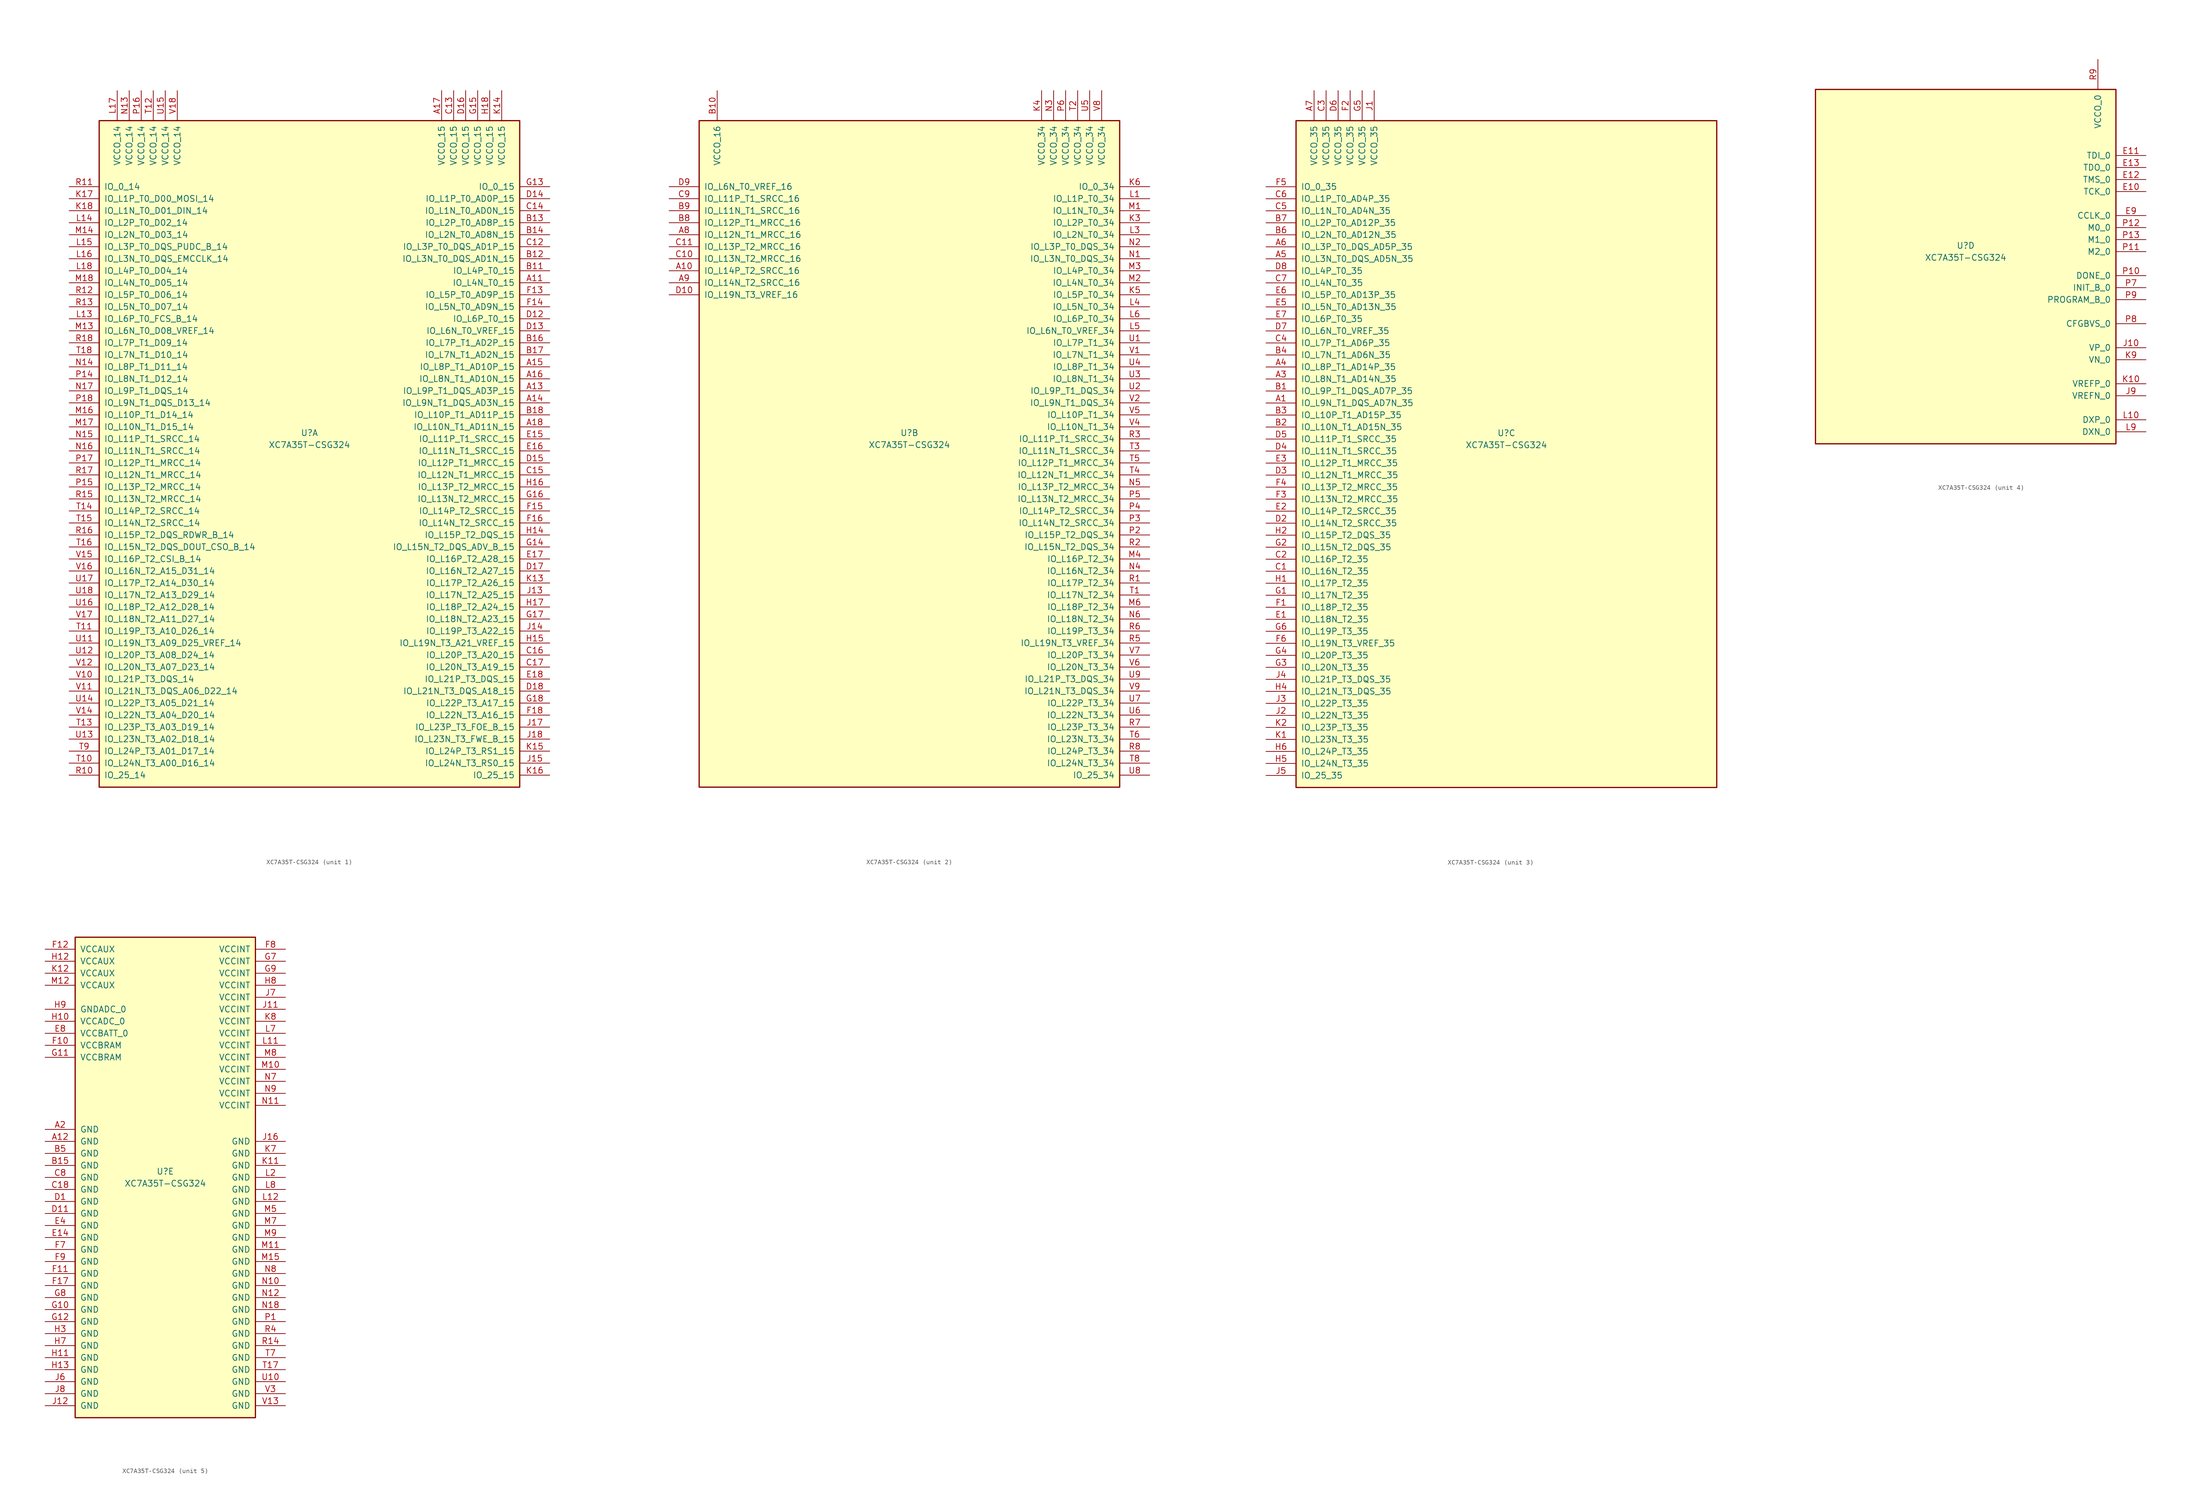
<source format=kicad_sym>
(kicad_symbol_lib
  (version 20201005)
  (generator kicad_symbol_editor)
  (symbol "XC7A35T-CSG324"
    (pin_names
      (offset 1.016))
    (property "Reference" "U"
      (at 0 1.27 0)
      (effects (font (size 1.27 1.27))))
    (property "Value" "XC7A35T-CSG324"
      (at 0 -1.27 0)
      (effects (font (size 1.27 1.27))))
    (property "Datasheet" ""
      (at 0 0 0)
      (effects (font (size 1.27 1.27))))
    (property "ki_locked" ""
      (at 0 0 0)
      (effects (font (size 1.27 1.27))))
    (symbol "XC7A35T-CSG324_1_1"
      (rectangle (start -44.45 67.31) (end 44.45 -73.66) (stroke (width 0.254)) (fill (type background)))
      (pin bidirectional line (at 50.8 33.02 180) (length 6.35) (name "IO_L4N_T0_15" (effects (font (size 1.27 1.27)))) (number "A11" (effects (font (size 1.27 1.27)))))
      (pin bidirectional line (at 50.8 10.16 180) (length 6.35) (name "IO_L9P_T1_DQS_AD3P_15" (effects (font (size 1.27 1.27)))) (number "A13" (effects (font (size 1.27 1.27)))))
      (pin bidirectional line (at 50.8 7.62 180) (length 6.35) (name "IO_L9N_T1_DQS_AD3N_15" (effects (font (size 1.27 1.27)))) (number "A14" (effects (font (size 1.27 1.27)))))
      (pin bidirectional line (at 50.8 15.24 180) (length 6.35) (name "IO_L8P_T1_AD10P_15" (effects (font (size 1.27 1.27)))) (number "A15" (effects (font (size 1.27 1.27)))))
      (pin bidirectional line (at 50.8 12.7 180) (length 6.35) (name "IO_L8N_T1_AD10N_15" (effects (font (size 1.27 1.27)))) (number "A16" (effects (font (size 1.27 1.27)))))
      (pin power_in line (at 27.94 73.66 270) (length 6.35) (name "VCCO_15" (effects (font (size 1.27 1.27)))) (number "A17" (effects (font (size 1.27 1.27)))))
      (pin bidirectional line (at 50.8 2.54 180) (length 6.35) (name "IO_L10N_T1_AD11N_15" (effects (font (size 1.27 1.27)))) (number "A18" (effects (font (size 1.27 1.27)))))
      (pin bidirectional line (at 50.8 35.56 180) (length 6.35) (name "IO_L4P_T0_15" (effects (font (size 1.27 1.27)))) (number "B11" (effects (font (size 1.27 1.27)))))
      (pin bidirectional line (at 50.8 38.1 180) (length 6.35) (name "IO_L3N_T0_DQS_AD1N_15" (effects (font (size 1.27 1.27)))) (number "B12" (effects (font (size 1.27 1.27)))))
      (pin bidirectional line (at 50.8 45.72 180) (length 6.35) (name "IO_L2P_T0_AD8P_15" (effects (font (size 1.27 1.27)))) (number "B13" (effects (font (size 1.27 1.27)))))
      (pin bidirectional line (at 50.8 43.18 180) (length 6.35) (name "IO_L2N_T0_AD8N_15" (effects (font (size 1.27 1.27)))) (number "B14" (effects (font (size 1.27 1.27)))))
      (pin bidirectional line (at 50.8 20.32 180) (length 6.35) (name "IO_L7P_T1_AD2P_15" (effects (font (size 1.27 1.27)))) (number "B16" (effects (font (size 1.27 1.27)))))
      (pin bidirectional line (at 50.8 17.78 180) (length 6.35) (name "IO_L7N_T1_AD2N_15" (effects (font (size 1.27 1.27)))) (number "B17" (effects (font (size 1.27 1.27)))))
      (pin bidirectional line (at 50.8 5.08 180) (length 6.35) (name "IO_L10P_T1_AD11P_15" (effects (font (size 1.27 1.27)))) (number "B18" (effects (font (size 1.27 1.27)))))
      (pin bidirectional line (at 50.8 40.64 180) (length 6.35) (name "IO_L3P_T0_DQS_AD1P_15" (effects (font (size 1.27 1.27)))) (number "C12" (effects (font (size 1.27 1.27)))))
      (pin power_in line (at 30.48 73.66 270) (length 6.35) (name "VCCO_15" (effects (font (size 1.27 1.27)))) (number "C13" (effects (font (size 1.27 1.27)))))
      (pin bidirectional line (at 50.8 48.26 180) (length 6.35) (name "IO_L1N_T0_AD0N_15" (effects (font (size 1.27 1.27)))) (number "C14" (effects (font (size 1.27 1.27)))))
      (pin bidirectional line (at 50.8 -7.62 180) (length 6.35) (name "IO_L12N_T1_MRCC_15" (effects (font (size 1.27 1.27)))) (number "C15" (effects (font (size 1.27 1.27)))))
      (pin bidirectional line (at 50.8 -45.72 180) (length 6.35) (name "IO_L20P_T3_A20_15" (effects (font (size 1.27 1.27)))) (number "C16" (effects (font (size 1.27 1.27)))))
      (pin bidirectional line (at 50.8 -48.26 180) (length 6.35) (name "IO_L20N_T3_A19_15" (effects (font (size 1.27 1.27)))) (number "C17" (effects (font (size 1.27 1.27)))))
      (pin bidirectional line (at 50.8 25.4 180) (length 6.35) (name "IO_L6P_T0_15" (effects (font (size 1.27 1.27)))) (number "D12" (effects (font (size 1.27 1.27)))))
      (pin bidirectional line (at 50.8 22.86 180) (length 6.35) (name "IO_L6N_T0_VREF_15" (effects (font (size 1.27 1.27)))) (number "D13" (effects (font (size 1.27 1.27)))))
      (pin bidirectional line (at 50.8 50.8 180) (length 6.35) (name "IO_L1P_T0_AD0P_15" (effects (font (size 1.27 1.27)))) (number "D14" (effects (font (size 1.27 1.27)))))
      (pin bidirectional line (at 50.8 -5.08 180) (length 6.35) (name "IO_L12P_T1_MRCC_15" (effects (font (size 1.27 1.27)))) (number "D15" (effects (font (size 1.27 1.27)))))
      (pin power_in line (at 33.02 73.66 270) (length 6.35) (name "VCCO_15" (effects (font (size 1.27 1.27)))) (number "D16" (effects (font (size 1.27 1.27)))))
      (pin bidirectional line (at 50.8 -27.94 180) (length 6.35) (name "IO_L16N_T2_A27_15" (effects (font (size 1.27 1.27)))) (number "D17" (effects (font (size 1.27 1.27)))))
      (pin bidirectional line (at 50.8 -53.34 180) (length 6.35) (name "IO_L21N_T3_DQS_A18_15" (effects (font (size 1.27 1.27)))) (number "D18" (effects (font (size 1.27 1.27)))))
      (pin bidirectional line (at 50.8 0 180) (length 6.35) (name "IO_L11P_T1_SRCC_15" (effects (font (size 1.27 1.27)))) (number "E15" (effects (font (size 1.27 1.27)))))
      (pin bidirectional line (at 50.8 -2.54 180) (length 6.35) (name "IO_L11N_T1_SRCC_15" (effects (font (size 1.27 1.27)))) (number "E16" (effects (font (size 1.27 1.27)))))
      (pin bidirectional line (at 50.8 -25.4 180) (length 6.35) (name "IO_L16P_T2_A28_15" (effects (font (size 1.27 1.27)))) (number "E17" (effects (font (size 1.27 1.27)))))
      (pin bidirectional line (at 50.8 -50.8 180) (length 6.35) (name "IO_L21P_T3_DQS_15" (effects (font (size 1.27 1.27)))) (number "E18" (effects (font (size 1.27 1.27)))))
      (pin bidirectional line (at 50.8 30.48 180) (length 6.35) (name "IO_L5P_T0_AD9P_15" (effects (font (size 1.27 1.27)))) (number "F13" (effects (font (size 1.27 1.27)))))
      (pin bidirectional line (at 50.8 27.94 180) (length 6.35) (name "IO_L5N_T0_AD9N_15" (effects (font (size 1.27 1.27)))) (number "F14" (effects (font (size 1.27 1.27)))))
      (pin bidirectional line (at 50.8 -15.24 180) (length 6.35) (name "IO_L14P_T2_SRCC_15" (effects (font (size 1.27 1.27)))) (number "F15" (effects (font (size 1.27 1.27)))))
      (pin bidirectional line (at 50.8 -17.78 180) (length 6.35) (name "IO_L14N_T2_SRCC_15" (effects (font (size 1.27 1.27)))) (number "F16" (effects (font (size 1.27 1.27)))))
      (pin bidirectional line (at 50.8 -58.42 180) (length 6.35) (name "IO_L22N_T3_A16_15" (effects (font (size 1.27 1.27)))) (number "F18" (effects (font (size 1.27 1.27)))))
      (pin bidirectional line (at 50.8 53.34 180) (length 6.35) (name "IO_0_15" (effects (font (size 1.27 1.27)))) (number "G13" (effects (font (size 1.27 1.27)))))
      (pin bidirectional line (at 50.8 -22.86 180) (length 6.35) (name "IO_L15N_T2_DQS_ADV_B_15" (effects (font (size 1.27 1.27)))) (number "G14" (effects (font (size 1.27 1.27)))))
      (pin power_in line (at 35.56 73.66 270) (length 6.35) (name "VCCO_15" (effects (font (size 1.27 1.27)))) (number "G15" (effects (font (size 1.27 1.27)))))
      (pin bidirectional line (at 50.8 -12.7 180) (length 6.35) (name "IO_L13N_T2_MRCC_15" (effects (font (size 1.27 1.27)))) (number "G16" (effects (font (size 1.27 1.27)))))
      (pin bidirectional line (at 50.8 -38.1 180) (length 6.35) (name "IO_L18N_T2_A23_15" (effects (font (size 1.27 1.27)))) (number "G17" (effects (font (size 1.27 1.27)))))
      (pin bidirectional line (at 50.8 -55.88 180) (length 6.35) (name "IO_L22P_T3_A17_15" (effects (font (size 1.27 1.27)))) (number "G18" (effects (font (size 1.27 1.27)))))
      (pin bidirectional line (at 50.8 -20.32 180) (length 6.35) (name "IO_L15P_T2_DQS_15" (effects (font (size 1.27 1.27)))) (number "H14" (effects (font (size 1.27 1.27)))))
      (pin bidirectional line (at 50.8 -43.18 180) (length 6.35) (name "IO_L19N_T3_A21_VREF_15" (effects (font (size 1.27 1.27)))) (number "H15" (effects (font (size 1.27 1.27)))))
      (pin bidirectional line (at 50.8 -10.16 180) (length 6.35) (name "IO_L13P_T2_MRCC_15" (effects (font (size 1.27 1.27)))) (number "H16" (effects (font (size 1.27 1.27)))))
      (pin bidirectional line (at 50.8 -35.56 180) (length 6.35) (name "IO_L18P_T2_A24_15" (effects (font (size 1.27 1.27)))) (number "H17" (effects (font (size 1.27 1.27)))))
      (pin power_in line (at 38.1 73.66 270) (length 6.35) (name "VCCO_15" (effects (font (size 1.27 1.27)))) (number "H18" (effects (font (size 1.27 1.27)))))
      (pin bidirectional line (at 50.8 -33.02 180) (length 6.35) (name "IO_L17N_T2_A25_15" (effects (font (size 1.27 1.27)))) (number "J13" (effects (font (size 1.27 1.27)))))
      (pin bidirectional line (at 50.8 -40.64 180) (length 6.35) (name "IO_L19P_T3_A22_15" (effects (font (size 1.27 1.27)))) (number "J14" (effects (font (size 1.27 1.27)))))
      (pin bidirectional line (at 50.8 -68.58 180) (length 6.35) (name "IO_L24N_T3_RS0_15" (effects (font (size 1.27 1.27)))) (number "J15" (effects (font (size 1.27 1.27)))))
      (pin bidirectional line (at 50.8 -60.96 180) (length 6.35) (name "IO_L23P_T3_FOE_B_15" (effects (font (size 1.27 1.27)))) (number "J17" (effects (font (size 1.27 1.27)))))
      (pin bidirectional line (at 50.8 -63.5 180) (length 6.35) (name "IO_L23N_T3_FWE_B_15" (effects (font (size 1.27 1.27)))) (number "J18" (effects (font (size 1.27 1.27)))))
      (pin bidirectional line (at 50.8 -30.48 180) (length 6.35) (name "IO_L17P_T2_A26_15" (effects (font (size 1.27 1.27)))) (number "K13" (effects (font (size 1.27 1.27)))))
      (pin power_in line (at 40.64 73.66 270) (length 6.35) (name "VCCO_15" (effects (font (size 1.27 1.27)))) (number "K14" (effects (font (size 1.27 1.27)))))
      (pin bidirectional line (at 50.8 -66.04 180) (length 6.35) (name "IO_L24P_T3_RS1_15" (effects (font (size 1.27 1.27)))) (number "K15" (effects (font (size 1.27 1.27)))))
      (pin bidirectional line (at 50.8 -71.12 180) (length 6.35) (name "IO_25_15" (effects (font (size 1.27 1.27)))) (number "K16" (effects (font (size 1.27 1.27)))))
      (pin bidirectional line (at -50.8 50.8 0) (length 6.35) (name "IO_L1P_T0_D00_MOSI_14" (effects (font (size 1.27 1.27)))) (number "K17" (effects (font (size 1.27 1.27)))))
      (pin bidirectional line (at -50.8 48.26 0) (length 6.35) (name "IO_L1N_T0_D01_DIN_14" (effects (font (size 1.27 1.27)))) (number "K18" (effects (font (size 1.27 1.27)))))
      (pin bidirectional line (at -50.8 25.4 0) (length 6.35) (name "IO_L6P_T0_FCS_B_14" (effects (font (size 1.27 1.27)))) (number "L13" (effects (font (size 1.27 1.27)))))
      (pin bidirectional line (at -50.8 45.72 0) (length 6.35) (name "IO_L2P_T0_D02_14" (effects (font (size 1.27 1.27)))) (number "L14" (effects (font (size 1.27 1.27)))))
      (pin bidirectional line (at -50.8 40.64 0) (length 6.35) (name "IO_L3P_T0_DQS_PUDC_B_14" (effects (font (size 1.27 1.27)))) (number "L15" (effects (font (size 1.27 1.27)))))
      (pin bidirectional line (at -50.8 38.1 0) (length 6.35) (name "IO_L3N_T0_DQS_EMCCLK_14" (effects (font (size 1.27 1.27)))) (number "L16" (effects (font (size 1.27 1.27)))))
      (pin power_in line (at -40.64 73.66 270) (length 6.35) (name "VCCO_14" (effects (font (size 1.27 1.27)))) (number "L17" (effects (font (size 1.27 1.27)))))
      (pin bidirectional line (at -50.8 35.56 0) (length 6.35) (name "IO_L4P_T0_D04_14" (effects (font (size 1.27 1.27)))) (number "L18" (effects (font (size 1.27 1.27)))))
      (pin bidirectional line (at -50.8 22.86 0) (length 6.35) (name "IO_L6N_T0_D08_VREF_14" (effects (font (size 1.27 1.27)))) (number "M13" (effects (font (size 1.27 1.27)))))
      (pin bidirectional line (at -50.8 43.18 0) (length 6.35) (name "IO_L2N_T0_D03_14" (effects (font (size 1.27 1.27)))) (number "M14" (effects (font (size 1.27 1.27)))))
      (pin bidirectional line (at -50.8 5.08 0) (length 6.35) (name "IO_L10P_T1_D14_14" (effects (font (size 1.27 1.27)))) (number "M16" (effects (font (size 1.27 1.27)))))
      (pin bidirectional line (at -50.8 2.54 0) (length 6.35) (name "IO_L10N_T1_D15_14" (effects (font (size 1.27 1.27)))) (number "M17" (effects (font (size 1.27 1.27)))))
      (pin bidirectional line (at -50.8 33.02 0) (length 6.35) (name "IO_L4N_T0_D05_14" (effects (font (size 1.27 1.27)))) (number "M18" (effects (font (size 1.27 1.27)))))
      (pin power_in line (at -38.1 73.66 270) (length 6.35) (name "VCCO_14" (effects (font (size 1.27 1.27)))) (number "N13" (effects (font (size 1.27 1.27)))))
      (pin bidirectional line (at -50.8 15.24 0) (length 6.35) (name "IO_L8P_T1_D11_14" (effects (font (size 1.27 1.27)))) (number "N14" (effects (font (size 1.27 1.27)))))
      (pin bidirectional line (at -50.8 0 0) (length 6.35) (name "IO_L11P_T1_SRCC_14" (effects (font (size 1.27 1.27)))) (number "N15" (effects (font (size 1.27 1.27)))))
      (pin bidirectional line (at -50.8 -2.54 0) (length 6.35) (name "IO_L11N_T1_SRCC_14" (effects (font (size 1.27 1.27)))) (number "N16" (effects (font (size 1.27 1.27)))))
      (pin bidirectional line (at -50.8 10.16 0) (length 6.35) (name "IO_L9P_T1_DQS_14" (effects (font (size 1.27 1.27)))) (number "N17" (effects (font (size 1.27 1.27)))))
      (pin bidirectional line (at -50.8 12.7 0) (length 6.35) (name "IO_L8N_T1_D12_14" (effects (font (size 1.27 1.27)))) (number "P14" (effects (font (size 1.27 1.27)))))
      (pin bidirectional line (at -50.8 -10.16 0) (length 6.35) (name "IO_L13P_T2_MRCC_14" (effects (font (size 1.27 1.27)))) (number "P15" (effects (font (size 1.27 1.27)))))
      (pin power_in line (at -35.56 73.66 270) (length 6.35) (name "VCCO_14" (effects (font (size 1.27 1.27)))) (number "P16" (effects (font (size 1.27 1.27)))))
      (pin bidirectional line (at -50.8 -5.08 0) (length 6.35) (name "IO_L12P_T1_MRCC_14" (effects (font (size 1.27 1.27)))) (number "P17" (effects (font (size 1.27 1.27)))))
      (pin bidirectional line (at -50.8 7.62 0) (length 6.35) (name "IO_L9N_T1_DQS_D13_14" (effects (font (size 1.27 1.27)))) (number "P18" (effects (font (size 1.27 1.27)))))
      (pin bidirectional line (at -50.8 -71.12 0) (length 6.35) (name "IO_25_14" (effects (font (size 1.27 1.27)))) (number "R10" (effects (font (size 1.27 1.27)))))
      (pin bidirectional line (at -50.8 53.34 0) (length 6.35) (name "IO_0_14" (effects (font (size 1.27 1.27)))) (number "R11" (effects (font (size 1.27 1.27)))))
      (pin bidirectional line (at -50.8 30.48 0) (length 6.35) (name "IO_L5P_T0_D06_14" (effects (font (size 1.27 1.27)))) (number "R12" (effects (font (size 1.27 1.27)))))
      (pin bidirectional line (at -50.8 27.94 0) (length 6.35) (name "IO_L5N_T0_D07_14" (effects (font (size 1.27 1.27)))) (number "R13" (effects (font (size 1.27 1.27)))))
      (pin bidirectional line (at -50.8 -12.7 0) (length 6.35) (name "IO_L13N_T2_MRCC_14" (effects (font (size 1.27 1.27)))) (number "R15" (effects (font (size 1.27 1.27)))))
      (pin bidirectional line (at -50.8 -20.32 0) (length 6.35) (name "IO_L15P_T2_DQS_RDWR_B_14" (effects (font (size 1.27 1.27)))) (number "R16" (effects (font (size 1.27 1.27)))))
      (pin bidirectional line (at -50.8 -7.62 0) (length 6.35) (name "IO_L12N_T1_MRCC_14" (effects (font (size 1.27 1.27)))) (number "R17" (effects (font (size 1.27 1.27)))))
      (pin bidirectional line (at -50.8 20.32 0) (length 6.35) (name "IO_L7P_T1_D09_14" (effects (font (size 1.27 1.27)))) (number "R18" (effects (font (size 1.27 1.27)))))
      (pin bidirectional line (at -50.8 -68.58 0) (length 6.35) (name "IO_L24N_T3_A00_D16_14" (effects (font (size 1.27 1.27)))) (number "T10" (effects (font (size 1.27 1.27)))))
      (pin bidirectional line (at -50.8 -40.64 0) (length 6.35) (name "IO_L19P_T3_A10_D26_14" (effects (font (size 1.27 1.27)))) (number "T11" (effects (font (size 1.27 1.27)))))
      (pin power_in line (at -33.02 73.66 270) (length 6.35) (name "VCCO_14" (effects (font (size 1.27 1.27)))) (number "T12" (effects (font (size 1.27 1.27)))))
      (pin bidirectional line (at -50.8 -60.96 0) (length 6.35) (name "IO_L23P_T3_A03_D19_14" (effects (font (size 1.27 1.27)))) (number "T13" (effects (font (size 1.27 1.27)))))
      (pin bidirectional line (at -50.8 -15.24 0) (length 6.35) (name "IO_L14P_T2_SRCC_14" (effects (font (size 1.27 1.27)))) (number "T14" (effects (font (size 1.27 1.27)))))
      (pin bidirectional line (at -50.8 -17.78 0) (length 6.35) (name "IO_L14N_T2_SRCC_14" (effects (font (size 1.27 1.27)))) (number "T15" (effects (font (size 1.27 1.27)))))
      (pin bidirectional line (at -50.8 -22.86 0) (length 6.35) (name "IO_L15N_T2_DQS_DOUT_CSO_B_14" (effects (font (size 1.27 1.27)))) (number "T16" (effects (font (size 1.27 1.27)))))
      (pin bidirectional line (at -50.8 17.78 0) (length 6.35) (name "IO_L7N_T1_D10_14" (effects (font (size 1.27 1.27)))) (number "T18" (effects (font (size 1.27 1.27)))))
      (pin bidirectional line (at -50.8 -66.04 0) (length 6.35) (name "IO_L24P_T3_A01_D17_14" (effects (font (size 1.27 1.27)))) (number "T9" (effects (font (size 1.27 1.27)))))
      (pin bidirectional line (at -50.8 -43.18 0) (length 6.35) (name "IO_L19N_T3_A09_D25_VREF_14" (effects (font (size 1.27 1.27)))) (number "U11" (effects (font (size 1.27 1.27)))))
      (pin bidirectional line (at -50.8 -45.72 0) (length 6.35) (name "IO_L20P_T3_A08_D24_14" (effects (font (size 1.27 1.27)))) (number "U12" (effects (font (size 1.27 1.27)))))
      (pin bidirectional line (at -50.8 -63.5 0) (length 6.35) (name "IO_L23N_T3_A02_D18_14" (effects (font (size 1.27 1.27)))) (number "U13" (effects (font (size 1.27 1.27)))))
      (pin bidirectional line (at -50.8 -55.88 0) (length 6.35) (name "IO_L22P_T3_A05_D21_14" (effects (font (size 1.27 1.27)))) (number "U14" (effects (font (size 1.27 1.27)))))
      (pin power_in line (at -30.48 73.66 270) (length 6.35) (name "VCCO_14" (effects (font (size 1.27 1.27)))) (number "U15" (effects (font (size 1.27 1.27)))))
      (pin bidirectional line (at -50.8 -35.56 0) (length 6.35) (name "IO_L18P_T2_A12_D28_14" (effects (font (size 1.27 1.27)))) (number "U16" (effects (font (size 1.27 1.27)))))
      (pin bidirectional line (at -50.8 -30.48 0) (length 6.35) (name "IO_L17P_T2_A14_D30_14" (effects (font (size 1.27 1.27)))) (number "U17" (effects (font (size 1.27 1.27)))))
      (pin bidirectional line (at -50.8 -33.02 0) (length 6.35) (name "IO_L17N_T2_A13_D29_14" (effects (font (size 1.27 1.27)))) (number "U18" (effects (font (size 1.27 1.27)))))
      (pin bidirectional line (at -50.8 -50.8 0) (length 6.35) (name "IO_L21P_T3_DQS_14" (effects (font (size 1.27 1.27)))) (number "V10" (effects (font (size 1.27 1.27)))))
      (pin bidirectional line (at -50.8 -53.34 0) (length 6.35) (name "IO_L21N_T3_DQS_A06_D22_14" (effects (font (size 1.27 1.27)))) (number "V11" (effects (font (size 1.27 1.27)))))
      (pin bidirectional line (at -50.8 -48.26 0) (length 6.35) (name "IO_L20N_T3_A07_D23_14" (effects (font (size 1.27 1.27)))) (number "V12" (effects (font (size 1.27 1.27)))))
      (pin bidirectional line (at -50.8 -58.42 0) (length 6.35) (name "IO_L22N_T3_A04_D20_14" (effects (font (size 1.27 1.27)))) (number "V14" (effects (font (size 1.27 1.27)))))
      (pin bidirectional line (at -50.8 -25.4 0) (length 6.35) (name "IO_L16P_T2_CSI_B_14" (effects (font (size 1.27 1.27)))) (number "V15" (effects (font (size 1.27 1.27)))))
      (pin bidirectional line (at -50.8 -27.94 0) (length 6.35) (name "IO_L16N_T2_A15_D31_14" (effects (font (size 1.27 1.27)))) (number "V16" (effects (font (size 1.27 1.27)))))
      (pin bidirectional line (at -50.8 -38.1 0) (length 6.35) (name "IO_L18N_T2_A11_D27_14" (effects (font (size 1.27 1.27)))) (number "V17" (effects (font (size 1.27 1.27)))))
      (pin power_in line (at -27.94 73.66 270) (length 6.35) (name "VCCO_14" (effects (font (size 1.27 1.27)))) (number "V18" (effects (font (size 1.27 1.27))))))
    (symbol "XC7A35T-CSG324_2_1"
      (rectangle (start -44.45 67.31) (end 44.45 -73.66) (stroke (width 0.254)) (fill (type background)))
      (pin bidirectional line (at -50.8 35.56 0) (length 6.35) (name "IO_L14P_T2_SRCC_16" (effects (font (size 1.27 1.27)))) (number "A10" (effects (font (size 1.27 1.27)))))
      (pin bidirectional line (at -50.8 43.18 0) (length 6.35) (name "IO_L12N_T1_MRCC_16" (effects (font (size 1.27 1.27)))) (number "A8" (effects (font (size 1.27 1.27)))))
      (pin bidirectional line (at -50.8 33.02 0) (length 6.35) (name "IO_L14N_T2_SRCC_16" (effects (font (size 1.27 1.27)))) (number "A9" (effects (font (size 1.27 1.27)))))
      (pin power_in line (at -40.64 73.66 270) (length 6.35) (name "VCCO_16" (effects (font (size 1.27 1.27)))) (number "B10" (effects (font (size 1.27 1.27)))))
      (pin bidirectional line (at -50.8 45.72 0) (length 6.35) (name "IO_L12P_T1_MRCC_16" (effects (font (size 1.27 1.27)))) (number "B8" (effects (font (size 1.27 1.27)))))
      (pin bidirectional line (at -50.8 48.26 0) (length 6.35) (name "IO_L11N_T1_SRCC_16" (effects (font (size 1.27 1.27)))) (number "B9" (effects (font (size 1.27 1.27)))))
      (pin bidirectional line (at -50.8 38.1 0) (length 6.35) (name "IO_L13N_T2_MRCC_16" (effects (font (size 1.27 1.27)))) (number "C10" (effects (font (size 1.27 1.27)))))
      (pin bidirectional line (at -50.8 40.64 0) (length 6.35) (name "IO_L13P_T2_MRCC_16" (effects (font (size 1.27 1.27)))) (number "C11" (effects (font (size 1.27 1.27)))))
      (pin bidirectional line (at -50.8 50.8 0) (length 6.35) (name "IO_L11P_T1_SRCC_16" (effects (font (size 1.27 1.27)))) (number "C9" (effects (font (size 1.27 1.27)))))
      (pin bidirectional line (at -50.8 30.48 0) (length 6.35) (name "IO_L19N_T3_VREF_16" (effects (font (size 1.27 1.27)))) (number "D10" (effects (font (size 1.27 1.27)))))
      (pin bidirectional line (at -50.8 53.34 0) (length 6.35) (name "IO_L6N_T0_VREF_16" (effects (font (size 1.27 1.27)))) (number "D9" (effects (font (size 1.27 1.27)))))
      (pin bidirectional line (at 50.8 45.72 180) (length 6.35) (name "IO_L2P_T0_34" (effects (font (size 1.27 1.27)))) (number "K3" (effects (font (size 1.27 1.27)))))
      (pin power_in line (at 27.94 73.66 270) (length 6.35) (name "VCCO_34" (effects (font (size 1.27 1.27)))) (number "K4" (effects (font (size 1.27 1.27)))))
      (pin bidirectional line (at 50.8 30.48 180) (length 6.35) (name "IO_L5P_T0_34" (effects (font (size 1.27 1.27)))) (number "K5" (effects (font (size 1.27 1.27)))))
      (pin bidirectional line (at 50.8 53.34 180) (length 6.35) (name "IO_0_34" (effects (font (size 1.27 1.27)))) (number "K6" (effects (font (size 1.27 1.27)))))
      (pin bidirectional line (at 50.8 50.8 180) (length 6.35) (name "IO_L1P_T0_34" (effects (font (size 1.27 1.27)))) (number "L1" (effects (font (size 1.27 1.27)))))
      (pin bidirectional line (at 50.8 43.18 180) (length 6.35) (name "IO_L2N_T0_34" (effects (font (size 1.27 1.27)))) (number "L3" (effects (font (size 1.27 1.27)))))
      (pin bidirectional line (at 50.8 27.94 180) (length 6.35) (name "IO_L5N_T0_34" (effects (font (size 1.27 1.27)))) (number "L4" (effects (font (size 1.27 1.27)))))
      (pin bidirectional line (at 50.8 22.86 180) (length 6.35) (name "IO_L6N_T0_VREF_34" (effects (font (size 1.27 1.27)))) (number "L5" (effects (font (size 1.27 1.27)))))
      (pin bidirectional line (at 50.8 25.4 180) (length 6.35) (name "IO_L6P_T0_34" (effects (font (size 1.27 1.27)))) (number "L6" (effects (font (size 1.27 1.27)))))
      (pin bidirectional line (at 50.8 48.26 180) (length 6.35) (name "IO_L1N_T0_34" (effects (font (size 1.27 1.27)))) (number "M1" (effects (font (size 1.27 1.27)))))
      (pin bidirectional line (at 50.8 33.02 180) (length 6.35) (name "IO_L4N_T0_34" (effects (font (size 1.27 1.27)))) (number "M2" (effects (font (size 1.27 1.27)))))
      (pin bidirectional line (at 50.8 35.56 180) (length 6.35) (name "IO_L4P_T0_34" (effects (font (size 1.27 1.27)))) (number "M3" (effects (font (size 1.27 1.27)))))
      (pin bidirectional line (at 50.8 -25.4 180) (length 6.35) (name "IO_L16P_T2_34" (effects (font (size 1.27 1.27)))) (number "M4" (effects (font (size 1.27 1.27)))))
      (pin bidirectional line (at 50.8 -35.56 180) (length 6.35) (name "IO_L18P_T2_34" (effects (font (size 1.27 1.27)))) (number "M6" (effects (font (size 1.27 1.27)))))
      (pin bidirectional line (at 50.8 38.1 180) (length 6.35) (name "IO_L3N_T0_DQS_34" (effects (font (size 1.27 1.27)))) (number "N1" (effects (font (size 1.27 1.27)))))
      (pin bidirectional line (at 50.8 40.64 180) (length 6.35) (name "IO_L3P_T0_DQS_34" (effects (font (size 1.27 1.27)))) (number "N2" (effects (font (size 1.27 1.27)))))
      (pin power_in line (at 30.48 73.66 270) (length 6.35) (name "VCCO_34" (effects (font (size 1.27 1.27)))) (number "N3" (effects (font (size 1.27 1.27)))))
      (pin bidirectional line (at 50.8 -27.94 180) (length 6.35) (name "IO_L16N_T2_34" (effects (font (size 1.27 1.27)))) (number "N4" (effects (font (size 1.27 1.27)))))
      (pin bidirectional line (at 50.8 -10.16 180) (length 6.35) (name "IO_L13P_T2_MRCC_34" (effects (font (size 1.27 1.27)))) (number "N5" (effects (font (size 1.27 1.27)))))
      (pin bidirectional line (at 50.8 -38.1 180) (length 6.35) (name "IO_L18N_T2_34" (effects (font (size 1.27 1.27)))) (number "N6" (effects (font (size 1.27 1.27)))))
      (pin bidirectional line (at 50.8 -20.32 180) (length 6.35) (name "IO_L15P_T2_DQS_34" (effects (font (size 1.27 1.27)))) (number "P2" (effects (font (size 1.27 1.27)))))
      (pin bidirectional line (at 50.8 -17.78 180) (length 6.35) (name "IO_L14N_T2_SRCC_34" (effects (font (size 1.27 1.27)))) (number "P3" (effects (font (size 1.27 1.27)))))
      (pin bidirectional line (at 50.8 -15.24 180) (length 6.35) (name "IO_L14P_T2_SRCC_34" (effects (font (size 1.27 1.27)))) (number "P4" (effects (font (size 1.27 1.27)))))
      (pin bidirectional line (at 50.8 -12.7 180) (length 6.35) (name "IO_L13N_T2_MRCC_34" (effects (font (size 1.27 1.27)))) (number "P5" (effects (font (size 1.27 1.27)))))
      (pin power_in line (at 33.02 73.66 270) (length 6.35) (name "VCCO_34" (effects (font (size 1.27 1.27)))) (number "P6" (effects (font (size 1.27 1.27)))))
      (pin bidirectional line (at 50.8 -30.48 180) (length 6.35) (name "IO_L17P_T2_34" (effects (font (size 1.27 1.27)))) (number "R1" (effects (font (size 1.27 1.27)))))
      (pin bidirectional line (at 50.8 -22.86 180) (length 6.35) (name "IO_L15N_T2_DQS_34" (effects (font (size 1.27 1.27)))) (number "R2" (effects (font (size 1.27 1.27)))))
      (pin bidirectional line (at 50.8 0 180) (length 6.35) (name "IO_L11P_T1_SRCC_34" (effects (font (size 1.27 1.27)))) (number "R3" (effects (font (size 1.27 1.27)))))
      (pin bidirectional line (at 50.8 -43.18 180) (length 6.35) (name "IO_L19N_T3_VREF_34" (effects (font (size 1.27 1.27)))) (number "R5" (effects (font (size 1.27 1.27)))))
      (pin bidirectional line (at 50.8 -40.64 180) (length 6.35) (name "IO_L19P_T3_34" (effects (font (size 1.27 1.27)))) (number "R6" (effects (font (size 1.27 1.27)))))
      (pin bidirectional line (at 50.8 -60.96 180) (length 6.35) (name "IO_L23P_T3_34" (effects (font (size 1.27 1.27)))) (number "R7" (effects (font (size 1.27 1.27)))))
      (pin bidirectional line (at 50.8 -66.04 180) (length 6.35) (name "IO_L24P_T3_34" (effects (font (size 1.27 1.27)))) (number "R8" (effects (font (size 1.27 1.27)))))
      (pin bidirectional line (at 50.8 -33.02 180) (length 6.35) (name "IO_L17N_T2_34" (effects (font (size 1.27 1.27)))) (number "T1" (effects (font (size 1.27 1.27)))))
      (pin power_in line (at 35.56 73.66 270) (length 6.35) (name "VCCO_34" (effects (font (size 1.27 1.27)))) (number "T2" (effects (font (size 1.27 1.27)))))
      (pin bidirectional line (at 50.8 -2.54 180) (length 6.35) (name "IO_L11N_T1_SRCC_34" (effects (font (size 1.27 1.27)))) (number "T3" (effects (font (size 1.27 1.27)))))
      (pin bidirectional line (at 50.8 -7.62 180) (length 6.35) (name "IO_L12N_T1_MRCC_34" (effects (font (size 1.27 1.27)))) (number "T4" (effects (font (size 1.27 1.27)))))
      (pin bidirectional line (at 50.8 -5.08 180) (length 6.35) (name "IO_L12P_T1_MRCC_34" (effects (font (size 1.27 1.27)))) (number "T5" (effects (font (size 1.27 1.27)))))
      (pin bidirectional line (at 50.8 -63.5 180) (length 6.35) (name "IO_L23N_T3_34" (effects (font (size 1.27 1.27)))) (number "T6" (effects (font (size 1.27 1.27)))))
      (pin bidirectional line (at 50.8 -68.58 180) (length 6.35) (name "IO_L24N_T3_34" (effects (font (size 1.27 1.27)))) (number "T8" (effects (font (size 1.27 1.27)))))
      (pin bidirectional line (at 50.8 20.32 180) (length 6.35) (name "IO_L7P_T1_34" (effects (font (size 1.27 1.27)))) (number "U1" (effects (font (size 1.27 1.27)))))
      (pin bidirectional line (at 50.8 10.16 180) (length 6.35) (name "IO_L9P_T1_DQS_34" (effects (font (size 1.27 1.27)))) (number "U2" (effects (font (size 1.27 1.27)))))
      (pin bidirectional line (at 50.8 12.7 180) (length 6.35) (name "IO_L8N_T1_34" (effects (font (size 1.27 1.27)))) (number "U3" (effects (font (size 1.27 1.27)))))
      (pin bidirectional line (at 50.8 15.24 180) (length 6.35) (name "IO_L8P_T1_34" (effects (font (size 1.27 1.27)))) (number "U4" (effects (font (size 1.27 1.27)))))
      (pin power_in line (at 38.1 73.66 270) (length 6.35) (name "VCCO_34" (effects (font (size 1.27 1.27)))) (number "U5" (effects (font (size 1.27 1.27)))))
      (pin bidirectional line (at 50.8 -58.42 180) (length 6.35) (name "IO_L22N_T3_34" (effects (font (size 1.27 1.27)))) (number "U6" (effects (font (size 1.27 1.27)))))
      (pin bidirectional line (at 50.8 -55.88 180) (length 6.35) (name "IO_L22P_T3_34" (effects (font (size 1.27 1.27)))) (number "U7" (effects (font (size 1.27 1.27)))))
      (pin bidirectional line (at 50.8 -71.12 180) (length 6.35) (name "IO_25_34" (effects (font (size 1.27 1.27)))) (number "U8" (effects (font (size 1.27 1.27)))))
      (pin bidirectional line (at 50.8 -50.8 180) (length 6.35) (name "IO_L21P_T3_DQS_34" (effects (font (size 1.27 1.27)))) (number "U9" (effects (font (size 1.27 1.27)))))
      (pin bidirectional line (at 50.8 17.78 180) (length 6.35) (name "IO_L7N_T1_34" (effects (font (size 1.27 1.27)))) (number "V1" (effects (font (size 1.27 1.27)))))
      (pin bidirectional line (at 50.8 7.62 180) (length 6.35) (name "IO_L9N_T1_DQS_34" (effects (font (size 1.27 1.27)))) (number "V2" (effects (font (size 1.27 1.27)))))
      (pin bidirectional line (at 50.8 2.54 180) (length 6.35) (name "IO_L10N_T1_34" (effects (font (size 1.27 1.27)))) (number "V4" (effects (font (size 1.27 1.27)))))
      (pin bidirectional line (at 50.8 5.08 180) (length 6.35) (name "IO_L10P_T1_34" (effects (font (size 1.27 1.27)))) (number "V5" (effects (font (size 1.27 1.27)))))
      (pin bidirectional line (at 50.8 -48.26 180) (length 6.35) (name "IO_L20N_T3_34" (effects (font (size 1.27 1.27)))) (number "V6" (effects (font (size 1.27 1.27)))))
      (pin bidirectional line (at 50.8 -45.72 180) (length 6.35) (name "IO_L20P_T3_34" (effects (font (size 1.27 1.27)))) (number "V7" (effects (font (size 1.27 1.27)))))
      (pin power_in line (at 40.64 73.66 270) (length 6.35) (name "VCCO_34" (effects (font (size 1.27 1.27)))) (number "V8" (effects (font (size 1.27 1.27)))))
      (pin bidirectional line (at 50.8 -53.34 180) (length 6.35) (name "IO_L21N_T3_DQS_34" (effects (font (size 1.27 1.27)))) (number "V9" (effects (font (size 1.27 1.27))))))
    (symbol "XC7A35T-CSG324_3_1"
      (rectangle (start -44.45 67.31) (end 44.45 -73.66) (stroke (width 0.254)) (fill (type background)))
      (pin bidirectional line (at -50.8 7.62 0) (length 6.35) (name "IO_L9N_T1_DQS_AD7N_35" (effects (font (size 1.27 1.27)))) (number "A1" (effects (font (size 1.27 1.27)))))
      (pin bidirectional line (at -50.8 12.7 0) (length 6.35) (name "IO_L8N_T1_AD14N_35" (effects (font (size 1.27 1.27)))) (number "A3" (effects (font (size 1.27 1.27)))))
      (pin bidirectional line (at -50.8 15.24 0) (length 6.35) (name "IO_L8P_T1_AD14P_35" (effects (font (size 1.27 1.27)))) (number "A4" (effects (font (size 1.27 1.27)))))
      (pin bidirectional line (at -50.8 38.1 0) (length 6.35) (name "IO_L3N_T0_DQS_AD5N_35" (effects (font (size 1.27 1.27)))) (number "A5" (effects (font (size 1.27 1.27)))))
      (pin bidirectional line (at -50.8 40.64 0) (length 6.35) (name "IO_L3P_T0_DQS_AD5P_35" (effects (font (size 1.27 1.27)))) (number "A6" (effects (font (size 1.27 1.27)))))
      (pin power_in line (at -40.64 73.66 270) (length 6.35) (name "VCCO_35" (effects (font (size 1.27 1.27)))) (number "A7" (effects (font (size 1.27 1.27)))))
      (pin bidirectional line (at -50.8 10.16 0) (length 6.35) (name "IO_L9P_T1_DQS_AD7P_35" (effects (font (size 1.27 1.27)))) (number "B1" (effects (font (size 1.27 1.27)))))
      (pin bidirectional line (at -50.8 2.54 0) (length 6.35) (name "IO_L10N_T1_AD15N_35" (effects (font (size 1.27 1.27)))) (number "B2" (effects (font (size 1.27 1.27)))))
      (pin bidirectional line (at -50.8 5.08 0) (length 6.35) (name "IO_L10P_T1_AD15P_35" (effects (font (size 1.27 1.27)))) (number "B3" (effects (font (size 1.27 1.27)))))
      (pin bidirectional line (at -50.8 17.78 0) (length 6.35) (name "IO_L7N_T1_AD6N_35" (effects (font (size 1.27 1.27)))) (number "B4" (effects (font (size 1.27 1.27)))))
      (pin bidirectional line (at -50.8 43.18 0) (length 6.35) (name "IO_L2N_T0_AD12N_35" (effects (font (size 1.27 1.27)))) (number "B6" (effects (font (size 1.27 1.27)))))
      (pin bidirectional line (at -50.8 45.72 0) (length 6.35) (name "IO_L2P_T0_AD12P_35" (effects (font (size 1.27 1.27)))) (number "B7" (effects (font (size 1.27 1.27)))))
      (pin bidirectional line (at -50.8 -27.94 0) (length 6.35) (name "IO_L16N_T2_35" (effects (font (size 1.27 1.27)))) (number "C1" (effects (font (size 1.27 1.27)))))
      (pin bidirectional line (at -50.8 -25.4 0) (length 6.35) (name "IO_L16P_T2_35" (effects (font (size 1.27 1.27)))) (number "C2" (effects (font (size 1.27 1.27)))))
      (pin power_in line (at -38.1 73.66 270) (length 6.35) (name "VCCO_35" (effects (font (size 1.27 1.27)))) (number "C3" (effects (font (size 1.27 1.27)))))
      (pin bidirectional line (at -50.8 20.32 0) (length 6.35) (name "IO_L7P_T1_AD6P_35" (effects (font (size 1.27 1.27)))) (number "C4" (effects (font (size 1.27 1.27)))))
      (pin bidirectional line (at -50.8 48.26 0) (length 6.35) (name "IO_L1N_T0_AD4N_35" (effects (font (size 1.27 1.27)))) (number "C5" (effects (font (size 1.27 1.27)))))
      (pin bidirectional line (at -50.8 50.8 0) (length 6.35) (name "IO_L1P_T0_AD4P_35" (effects (font (size 1.27 1.27)))) (number "C6" (effects (font (size 1.27 1.27)))))
      (pin bidirectional line (at -50.8 33.02 0) (length 6.35) (name "IO_L4N_T0_35" (effects (font (size 1.27 1.27)))) (number "C7" (effects (font (size 1.27 1.27)))))
      (pin bidirectional line (at -50.8 -17.78 0) (length 6.35) (name "IO_L14N_T2_SRCC_35" (effects (font (size 1.27 1.27)))) (number "D2" (effects (font (size 1.27 1.27)))))
      (pin bidirectional line (at -50.8 -7.62 0) (length 6.35) (name "IO_L12N_T1_MRCC_35" (effects (font (size 1.27 1.27)))) (number "D3" (effects (font (size 1.27 1.27)))))
      (pin bidirectional line (at -50.8 -2.54 0) (length 6.35) (name "IO_L11N_T1_SRCC_35" (effects (font (size 1.27 1.27)))) (number "D4" (effects (font (size 1.27 1.27)))))
      (pin bidirectional line (at -50.8 0 0) (length 6.35) (name "IO_L11P_T1_SRCC_35" (effects (font (size 1.27 1.27)))) (number "D5" (effects (font (size 1.27 1.27)))))
      (pin power_in line (at -35.56 73.66 270) (length 6.35) (name "VCCO_35" (effects (font (size 1.27 1.27)))) (number "D6" (effects (font (size 1.27 1.27)))))
      (pin bidirectional line (at -50.8 22.86 0) (length 6.35) (name "IO_L6N_T0_VREF_35" (effects (font (size 1.27 1.27)))) (number "D7" (effects (font (size 1.27 1.27)))))
      (pin bidirectional line (at -50.8 35.56 0) (length 6.35) (name "IO_L4P_T0_35" (effects (font (size 1.27 1.27)))) (number "D8" (effects (font (size 1.27 1.27)))))
      (pin bidirectional line (at -50.8 -38.1 0) (length 6.35) (name "IO_L18N_T2_35" (effects (font (size 1.27 1.27)))) (number "E1" (effects (font (size 1.27 1.27)))))
      (pin bidirectional line (at -50.8 -15.24 0) (length 6.35) (name "IO_L14P_T2_SRCC_35" (effects (font (size 1.27 1.27)))) (number "E2" (effects (font (size 1.27 1.27)))))
      (pin bidirectional line (at -50.8 -5.08 0) (length 6.35) (name "IO_L12P_T1_MRCC_35" (effects (font (size 1.27 1.27)))) (number "E3" (effects (font (size 1.27 1.27)))))
      (pin bidirectional line (at -50.8 27.94 0) (length 6.35) (name "IO_L5N_T0_AD13N_35" (effects (font (size 1.27 1.27)))) (number "E5" (effects (font (size 1.27 1.27)))))
      (pin bidirectional line (at -50.8 30.48 0) (length 6.35) (name "IO_L5P_T0_AD13P_35" (effects (font (size 1.27 1.27)))) (number "E6" (effects (font (size 1.27 1.27)))))
      (pin bidirectional line (at -50.8 25.4 0) (length 6.35) (name "IO_L6P_T0_35" (effects (font (size 1.27 1.27)))) (number "E7" (effects (font (size 1.27 1.27)))))
      (pin bidirectional line (at -50.8 -35.56 0) (length 6.35) (name "IO_L18P_T2_35" (effects (font (size 1.27 1.27)))) (number "F1" (effects (font (size 1.27 1.27)))))
      (pin power_in line (at -33.02 73.66 270) (length 6.35) (name "VCCO_35" (effects (font (size 1.27 1.27)))) (number "F2" (effects (font (size 1.27 1.27)))))
      (pin bidirectional line (at -50.8 -12.7 0) (length 6.35) (name "IO_L13N_T2_MRCC_35" (effects (font (size 1.27 1.27)))) (number "F3" (effects (font (size 1.27 1.27)))))
      (pin bidirectional line (at -50.8 -10.16 0) (length 6.35) (name "IO_L13P_T2_MRCC_35" (effects (font (size 1.27 1.27)))) (number "F4" (effects (font (size 1.27 1.27)))))
      (pin bidirectional line (at -50.8 53.34 0) (length 6.35) (name "IO_0_35" (effects (font (size 1.27 1.27)))) (number "F5" (effects (font (size 1.27 1.27)))))
      (pin bidirectional line (at -50.8 -43.18 0) (length 6.35) (name "IO_L19N_T3_VREF_35" (effects (font (size 1.27 1.27)))) (number "F6" (effects (font (size 1.27 1.27)))))
      (pin bidirectional line (at -50.8 -33.02 0) (length 6.35) (name "IO_L17N_T2_35" (effects (font (size 1.27 1.27)))) (number "G1" (effects (font (size 1.27 1.27)))))
      (pin bidirectional line (at -50.8 -22.86 0) (length 6.35) (name "IO_L15N_T2_DQS_35" (effects (font (size 1.27 1.27)))) (number "G2" (effects (font (size 1.27 1.27)))))
      (pin bidirectional line (at -50.8 -48.26 0) (length 6.35) (name "IO_L20N_T3_35" (effects (font (size 1.27 1.27)))) (number "G3" (effects (font (size 1.27 1.27)))))
      (pin bidirectional line (at -50.8 -45.72 0) (length 6.35) (name "IO_L20P_T3_35" (effects (font (size 1.27 1.27)))) (number "G4" (effects (font (size 1.27 1.27)))))
      (pin power_in line (at -30.48 73.66 270) (length 6.35) (name "VCCO_35" (effects (font (size 1.27 1.27)))) (number "G5" (effects (font (size 1.27 1.27)))))
      (pin bidirectional line (at -50.8 -40.64 0) (length 6.35) (name "IO_L19P_T3_35" (effects (font (size 1.27 1.27)))) (number "G6" (effects (font (size 1.27 1.27)))))
      (pin bidirectional line (at -50.8 -30.48 0) (length 6.35) (name "IO_L17P_T2_35" (effects (font (size 1.27 1.27)))) (number "H1" (effects (font (size 1.27 1.27)))))
      (pin bidirectional line (at -50.8 -20.32 0) (length 6.35) (name "IO_L15P_T2_DQS_35" (effects (font (size 1.27 1.27)))) (number "H2" (effects (font (size 1.27 1.27)))))
      (pin bidirectional line (at -50.8 -53.34 0) (length 6.35) (name "IO_L21N_T3_DQS_35" (effects (font (size 1.27 1.27)))) (number "H4" (effects (font (size 1.27 1.27)))))
      (pin bidirectional line (at -50.8 -68.58 0) (length 6.35) (name "IO_L24N_T3_35" (effects (font (size 1.27 1.27)))) (number "H5" (effects (font (size 1.27 1.27)))))
      (pin bidirectional line (at -50.8 -66.04 0) (length 6.35) (name "IO_L24P_T3_35" (effects (font (size 1.27 1.27)))) (number "H6" (effects (font (size 1.27 1.27)))))
      (pin power_in line (at -27.94 73.66 270) (length 6.35) (name "VCCO_35" (effects (font (size 1.27 1.27)))) (number "J1" (effects (font (size 1.27 1.27)))))
      (pin bidirectional line (at -50.8 -58.42 0) (length 6.35) (name "IO_L22N_T3_35" (effects (font (size 1.27 1.27)))) (number "J2" (effects (font (size 1.27 1.27)))))
      (pin bidirectional line (at -50.8 -55.88 0) (length 6.35) (name "IO_L22P_T3_35" (effects (font (size 1.27 1.27)))) (number "J3" (effects (font (size 1.27 1.27)))))
      (pin bidirectional line (at -50.8 -50.8 0) (length 6.35) (name "IO_L21P_T3_DQS_35" (effects (font (size 1.27 1.27)))) (number "J4" (effects (font (size 1.27 1.27)))))
      (pin bidirectional line (at -50.8 -71.12 0) (length 6.35) (name "IO_25_35" (effects (font (size 1.27 1.27)))) (number "J5" (effects (font (size 1.27 1.27)))))
      (pin bidirectional line (at -50.8 -63.5 0) (length 6.35) (name "IO_L23N_T3_35" (effects (font (size 1.27 1.27)))) (number "K1" (effects (font (size 1.27 1.27)))))
      (pin bidirectional line (at -50.8 -60.96 0) (length 6.35) (name "IO_L23P_T3_35" (effects (font (size 1.27 1.27)))) (number "K2" (effects (font (size 1.27 1.27))))))
    (symbol "XC7A35T-CSG324_4_1"
      (rectangle (start -31.75 34.29) (end 31.75 -40.64) (stroke (width 0.254)) (fill (type background)))
      (pin bidirectional line (at 38.1 12.7 180) (length 6.35) (name "TCK_0" (effects (font (size 1.27 1.27)))) (number "E10" (effects (font (size 1.27 1.27)))))
      (pin bidirectional line (at 38.1 20.32 180) (length 6.35) (name "TDI_0" (effects (font (size 1.27 1.27)))) (number "E11" (effects (font (size 1.27 1.27)))))
      (pin bidirectional line (at 38.1 15.24 180) (length 6.35) (name "TMS_0" (effects (font (size 1.27 1.27)))) (number "E12" (effects (font (size 1.27 1.27)))))
      (pin bidirectional line (at 38.1 17.78 180) (length 6.35) (name "TDO_0" (effects (font (size 1.27 1.27)))) (number "E13" (effects (font (size 1.27 1.27)))))
      (pin bidirectional line (at 38.1 7.62 180) (length 6.35) (name "CCLK_0" (effects (font (size 1.27 1.27)))) (number "E9" (effects (font (size 1.27 1.27)))))
      (pin bidirectional line (at 38.1 -20.32 180) (length 6.35) (name "VP_0" (effects (font (size 1.27 1.27)))) (number "J10" (effects (font (size 1.27 1.27)))))
      (pin bidirectional line (at 38.1 -30.48 180) (length 6.35) (name "VREFN_0" (effects (font (size 1.27 1.27)))) (number "J9" (effects (font (size 1.27 1.27)))))
      (pin bidirectional line (at 38.1 -27.94 180) (length 6.35) (name "VREFP_0" (effects (font (size 1.27 1.27)))) (number "K10" (effects (font (size 1.27 1.27)))))
      (pin bidirectional line (at 38.1 -22.86 180) (length 6.35) (name "VN_0" (effects (font (size 1.27 1.27)))) (number "K9" (effects (font (size 1.27 1.27)))))
      (pin bidirectional line (at 38.1 -35.56 180) (length 6.35) (name "DXP_0" (effects (font (size 1.27 1.27)))) (number "L10" (effects (font (size 1.27 1.27)))))
      (pin bidirectional line (at 38.1 -38.1 180) (length 6.35) (name "DXN_0" (effects (font (size 1.27 1.27)))) (number "L9" (effects (font (size 1.27 1.27)))))
      (pin bidirectional line (at 38.1 -5.08 180) (length 6.35) (name "DONE_0" (effects (font (size 1.27 1.27)))) (number "P10" (effects (font (size 1.27 1.27)))))
      (pin bidirectional line (at 38.1 0 180) (length 6.35) (name "M2_0" (effects (font (size 1.27 1.27)))) (number "P11" (effects (font (size 1.27 1.27)))))
      (pin bidirectional line (at 38.1 5.08 180) (length 6.35) (name "M0_0" (effects (font (size 1.27 1.27)))) (number "P12" (effects (font (size 1.27 1.27)))))
      (pin bidirectional line (at 38.1 2.54 180) (length 6.35) (name "M1_0" (effects (font (size 1.27 1.27)))) (number "P13" (effects (font (size 1.27 1.27)))))
      (pin bidirectional line (at 38.1 -7.62 180) (length 6.35) (name "INIT_B_0" (effects (font (size 1.27 1.27)))) (number "P7" (effects (font (size 1.27 1.27)))))
      (pin bidirectional line (at 38.1 -15.24 180) (length 6.35) (name "CFGBVS_0" (effects (font (size 1.27 1.27)))) (number "P8" (effects (font (size 1.27 1.27)))))
      (pin bidirectional line (at 38.1 -10.16 180) (length 6.35) (name "PROGRAM_B_0" (effects (font (size 1.27 1.27)))) (number "P9" (effects (font (size 1.27 1.27)))))
      (pin power_in line (at 27.94 40.64 270) (length 6.35) (name "VCCO_0" (effects (font (size 1.27 1.27)))) (number "R9" (effects (font (size 1.27 1.27))))))
    (symbol "XC7A35T-CSG324_5_1"
      (rectangle (start -19.05 50.8) (end 19.05 -50.8) (stroke (width 0.254)) (fill (type background)))
      (pin power_in line (at -25.4 7.62 0) (length 6.35) (name "GND" (effects (font (size 1.27 1.27)))) (number "A12" (effects (font (size 1.27 1.27)))))
      (pin power_in line (at -25.4 10.16 0) (length 6.35) (name "GND" (effects (font (size 1.27 1.27)))) (number "A2" (effects (font (size 1.27 1.27)))))
      (pin power_in line (at -25.4 2.54 0) (length 6.35) (name "GND" (effects (font (size 1.27 1.27)))) (number "B15" (effects (font (size 1.27 1.27)))))
      (pin power_in line (at -25.4 5.08 0) (length 6.35) (name "GND" (effects (font (size 1.27 1.27)))) (number "B5" (effects (font (size 1.27 1.27)))))
      (pin power_in line (at -25.4 -2.54 0) (length 6.35) (name "GND" (effects (font (size 1.27 1.27)))) (number "C18" (effects (font (size 1.27 1.27)))))
      (pin power_in line (at -25.4 0 0) (length 6.35) (name "GND" (effects (font (size 1.27 1.27)))) (number "C8" (effects (font (size 1.27 1.27)))))
      (pin power_in line (at -25.4 -5.08 0) (length 6.35) (name "GND" (effects (font (size 1.27 1.27)))) (number "D1" (effects (font (size 1.27 1.27)))))
      (pin power_in line (at -25.4 -7.62 0) (length 6.35) (name "GND" (effects (font (size 1.27 1.27)))) (number "D11" (effects (font (size 1.27 1.27)))))
      (pin power_in line (at -25.4 -12.7 0) (length 6.35) (name "GND" (effects (font (size 1.27 1.27)))) (number "E14" (effects (font (size 1.27 1.27)))))
      (pin power_in line (at -25.4 -10.16 0) (length 6.35) (name "GND" (effects (font (size 1.27 1.27)))) (number "E4" (effects (font (size 1.27 1.27)))))
      (pin power_in line (at -25.4 30.48 0) (length 6.35) (name "VCCBATT_0" (effects (font (size 1.27 1.27)))) (number "E8" (effects (font (size 1.27 1.27)))))
      (pin power_in line (at -25.4 27.94 0) (length 6.35) (name "VCCBRAM" (effects (font (size 1.27 1.27)))) (number "F10" (effects (font (size 1.27 1.27)))))
      (pin power_in line (at -25.4 -20.32 0) (length 6.35) (name "GND" (effects (font (size 1.27 1.27)))) (number "F11" (effects (font (size 1.27 1.27)))))
      (pin power_in line (at -25.4 48.26 0) (length 6.35) (name "VCCAUX" (effects (font (size 1.27 1.27)))) (number "F12" (effects (font (size 1.27 1.27)))))
      (pin power_in line (at -25.4 -22.86 0) (length 6.35) (name "GND" (effects (font (size 1.27 1.27)))) (number "F17" (effects (font (size 1.27 1.27)))))
      (pin power_in line (at -25.4 -15.24 0) (length 6.35) (name "GND" (effects (font (size 1.27 1.27)))) (number "F7" (effects (font (size 1.27 1.27)))))
      (pin power_in line (at 25.4 48.26 180) (length 6.35) (name "VCCINT" (effects (font (size 1.27 1.27)))) (number "F8" (effects (font (size 1.27 1.27)))))
      (pin power_in line (at -25.4 -17.78 0) (length 6.35) (name "GND" (effects (font (size 1.27 1.27)))) (number "F9" (effects (font (size 1.27 1.27)))))
      (pin power_in line (at -25.4 -27.94 0) (length 6.35) (name "GND" (effects (font (size 1.27 1.27)))) (number "G10" (effects (font (size 1.27 1.27)))))
      (pin power_in line (at -25.4 25.4 0) (length 6.35) (name "VCCBRAM" (effects (font (size 1.27 1.27)))) (number "G11" (effects (font (size 1.27 1.27)))))
      (pin power_in line (at -25.4 -30.48 0) (length 6.35) (name "GND" (effects (font (size 1.27 1.27)))) (number "G12" (effects (font (size 1.27 1.27)))))
      (pin power_in line (at 25.4 45.72 180) (length 6.35) (name "VCCINT" (effects (font (size 1.27 1.27)))) (number "G7" (effects (font (size 1.27 1.27)))))
      (pin power_in line (at -25.4 -25.4 0) (length 6.35) (name "GND" (effects (font (size 1.27 1.27)))) (number "G8" (effects (font (size 1.27 1.27)))))
      (pin power_in line (at 25.4 43.18 180) (length 6.35) (name "VCCINT" (effects (font (size 1.27 1.27)))) (number "G9" (effects (font (size 1.27 1.27)))))
      (pin power_in line (at -25.4 33.02 0) (length 6.35) (name "VCCADC_0" (effects (font (size 1.27 1.27)))) (number "H10" (effects (font (size 1.27 1.27)))))
      (pin power_in line (at -25.4 -38.1 0) (length 6.35) (name "GND" (effects (font (size 1.27 1.27)))) (number "H11" (effects (font (size 1.27 1.27)))))
      (pin power_in line (at -25.4 45.72 0) (length 6.35) (name "VCCAUX" (effects (font (size 1.27 1.27)))) (number "H12" (effects (font (size 1.27 1.27)))))
      (pin power_in line (at -25.4 -40.64 0) (length 6.35) (name "GND" (effects (font (size 1.27 1.27)))) (number "H13" (effects (font (size 1.27 1.27)))))
      (pin power_in line (at -25.4 -33.02 0) (length 6.35) (name "GND" (effects (font (size 1.27 1.27)))) (number "H3" (effects (font (size 1.27 1.27)))))
      (pin power_in line (at -25.4 -35.56 0) (length 6.35) (name "GND" (effects (font (size 1.27 1.27)))) (number "H7" (effects (font (size 1.27 1.27)))))
      (pin power_in line (at 25.4 40.64 180) (length 6.35) (name "VCCINT" (effects (font (size 1.27 1.27)))) (number "H8" (effects (font (size 1.27 1.27)))))
      (pin power_in line (at -25.4 35.56 0) (length 6.35) (name "GNDADC_0" (effects (font (size 1.27 1.27)))) (number "H9" (effects (font (size 1.27 1.27)))))
      (pin power_in line (at 25.4 35.56 180) (length 6.35) (name "VCCINT" (effects (font (size 1.27 1.27)))) (number "J11" (effects (font (size 1.27 1.27)))))
      (pin power_in line (at -25.4 -48.26 0) (length 6.35) (name "GND" (effects (font (size 1.27 1.27)))) (number "J12" (effects (font (size 1.27 1.27)))))
      (pin power_in line (at 25.4 7.62 180) (length 6.35) (name "GND" (effects (font (size 1.27 1.27)))) (number "J16" (effects (font (size 1.27 1.27)))))
      (pin power_in line (at -25.4 -43.18 0) (length 6.35) (name "GND" (effects (font (size 1.27 1.27)))) (number "J6" (effects (font (size 1.27 1.27)))))
      (pin power_in line (at 25.4 38.1 180) (length 6.35) (name "VCCINT" (effects (font (size 1.27 1.27)))) (number "J7" (effects (font (size 1.27 1.27)))))
      (pin power_in line (at -25.4 -45.72 0) (length 6.35) (name "GND" (effects (font (size 1.27 1.27)))) (number "J8" (effects (font (size 1.27 1.27)))))
      (pin power_in line (at 25.4 2.54 180) (length 6.35) (name "GND" (effects (font (size 1.27 1.27)))) (number "K11" (effects (font (size 1.27 1.27)))))
      (pin power_in line (at -25.4 43.18 0) (length 6.35) (name "VCCAUX" (effects (font (size 1.27 1.27)))) (number "K12" (effects (font (size 1.27 1.27)))))
      (pin power_in line (at 25.4 5.08 180) (length 6.35) (name "GND" (effects (font (size 1.27 1.27)))) (number "K7" (effects (font (size 1.27 1.27)))))
      (pin power_in line (at 25.4 33.02 180) (length 6.35) (name "VCCINT" (effects (font (size 1.27 1.27)))) (number "K8" (effects (font (size 1.27 1.27)))))
      (pin power_in line (at 25.4 27.94 180) (length 6.35) (name "VCCINT" (effects (font (size 1.27 1.27)))) (number "L11" (effects (font (size 1.27 1.27)))))
      (pin power_in line (at 25.4 -5.08 180) (length 6.35) (name "GND" (effects (font (size 1.27 1.27)))) (number "L12" (effects (font (size 1.27 1.27)))))
      (pin power_in line (at 25.4 0 180) (length 6.35) (name "GND" (effects (font (size 1.27 1.27)))) (number "L2" (effects (font (size 1.27 1.27)))))
      (pin power_in line (at 25.4 30.48 180) (length 6.35) (name "VCCINT" (effects (font (size 1.27 1.27)))) (number "L7" (effects (font (size 1.27 1.27)))))
      (pin power_in line (at 25.4 -2.54 180) (length 6.35) (name "GND" (effects (font (size 1.27 1.27)))) (number "L8" (effects (font (size 1.27 1.27)))))
      (pin power_in line (at 25.4 22.86 180) (length 6.35) (name "VCCINT" (effects (font (size 1.27 1.27)))) (number "M10" (effects (font (size 1.27 1.27)))))
      (pin power_in line (at 25.4 -15.24 180) (length 6.35) (name "GND" (effects (font (size 1.27 1.27)))) (number "M11" (effects (font (size 1.27 1.27)))))
      (pin power_in line (at -25.4 40.64 0) (length 6.35) (name "VCCAUX" (effects (font (size 1.27 1.27)))) (number "M12" (effects (font (size 1.27 1.27)))))
      (pin power_in line (at 25.4 -17.78 180) (length 6.35) (name "GND" (effects (font (size 1.27 1.27)))) (number "M15" (effects (font (size 1.27 1.27)))))
      (pin power_in line (at 25.4 -7.62 180) (length 6.35) (name "GND" (effects (font (size 1.27 1.27)))) (number "M5" (effects (font (size 1.27 1.27)))))
      (pin power_in line (at 25.4 -10.16 180) (length 6.35) (name "GND" (effects (font (size 1.27 1.27)))) (number "M7" (effects (font (size 1.27 1.27)))))
      (pin power_in line (at 25.4 25.4 180) (length 6.35) (name "VCCINT" (effects (font (size 1.27 1.27)))) (number "M8" (effects (font (size 1.27 1.27)))))
      (pin power_in line (at 25.4 -12.7 180) (length 6.35) (name "GND" (effects (font (size 1.27 1.27)))) (number "M9" (effects (font (size 1.27 1.27)))))
      (pin power_in line (at 25.4 -22.86 180) (length 6.35) (name "GND" (effects (font (size 1.27 1.27)))) (number "N10" (effects (font (size 1.27 1.27)))))
      (pin power_in line (at 25.4 15.24 180) (length 6.35) (name "VCCINT" (effects (font (size 1.27 1.27)))) (number "N11" (effects (font (size 1.27 1.27)))))
      (pin power_in line (at 25.4 -25.4 180) (length 6.35) (name "GND" (effects (font (size 1.27 1.27)))) (number "N12" (effects (font (size 1.27 1.27)))))
      (pin power_in line (at 25.4 -27.94 180) (length 6.35) (name "GND" (effects (font (size 1.27 1.27)))) (number "N18" (effects (font (size 1.27 1.27)))))
      (pin power_in line (at 25.4 20.32 180) (length 6.35) (name "VCCINT" (effects (font (size 1.27 1.27)))) (number "N7" (effects (font (size 1.27 1.27)))))
      (pin power_in line (at 25.4 -20.32 180) (length 6.35) (name "GND" (effects (font (size 1.27 1.27)))) (number "N8" (effects (font (size 1.27 1.27)))))
      (pin power_in line (at 25.4 17.78 180) (length 6.35) (name "VCCINT" (effects (font (size 1.27 1.27)))) (number "N9" (effects (font (size 1.27 1.27)))))
      (pin power_in line (at 25.4 -30.48 180) (length 6.35) (name "GND" (effects (font (size 1.27 1.27)))) (number "P1" (effects (font (size 1.27 1.27)))))
      (pin power_in line (at 25.4 -35.56 180) (length 6.35) (name "GND" (effects (font (size 1.27 1.27)))) (number "R14" (effects (font (size 1.27 1.27)))))
      (pin power_in line (at 25.4 -33.02 180) (length 6.35) (name "GND" (effects (font (size 1.27 1.27)))) (number "R4" (effects (font (size 1.27 1.27)))))
      (pin power_in line (at 25.4 -40.64 180) (length 6.35) (name "GND" (effects (font (size 1.27 1.27)))) (number "T17" (effects (font (size 1.27 1.27)))))
      (pin power_in line (at 25.4 -38.1 180) (length 6.35) (name "GND" (effects (font (size 1.27 1.27)))) (number "T7" (effects (font (size 1.27 1.27)))))
      (pin power_in line (at 25.4 -43.18 180) (length 6.35) (name "GND" (effects (font (size 1.27 1.27)))) (number "U10" (effects (font (size 1.27 1.27)))))
      (pin power_in line (at 25.4 -48.26 180) (length 6.35) (name "GND" (effects (font (size 1.27 1.27)))) (number "V13" (effects (font (size 1.27 1.27)))))
      (pin power_in line (at 25.4 -45.72 180) (length 6.35) (name "GND" (effects (font (size 1.27 1.27)))) (number "V3" (effects (font (size 1.27 1.27))))))))
</source>
